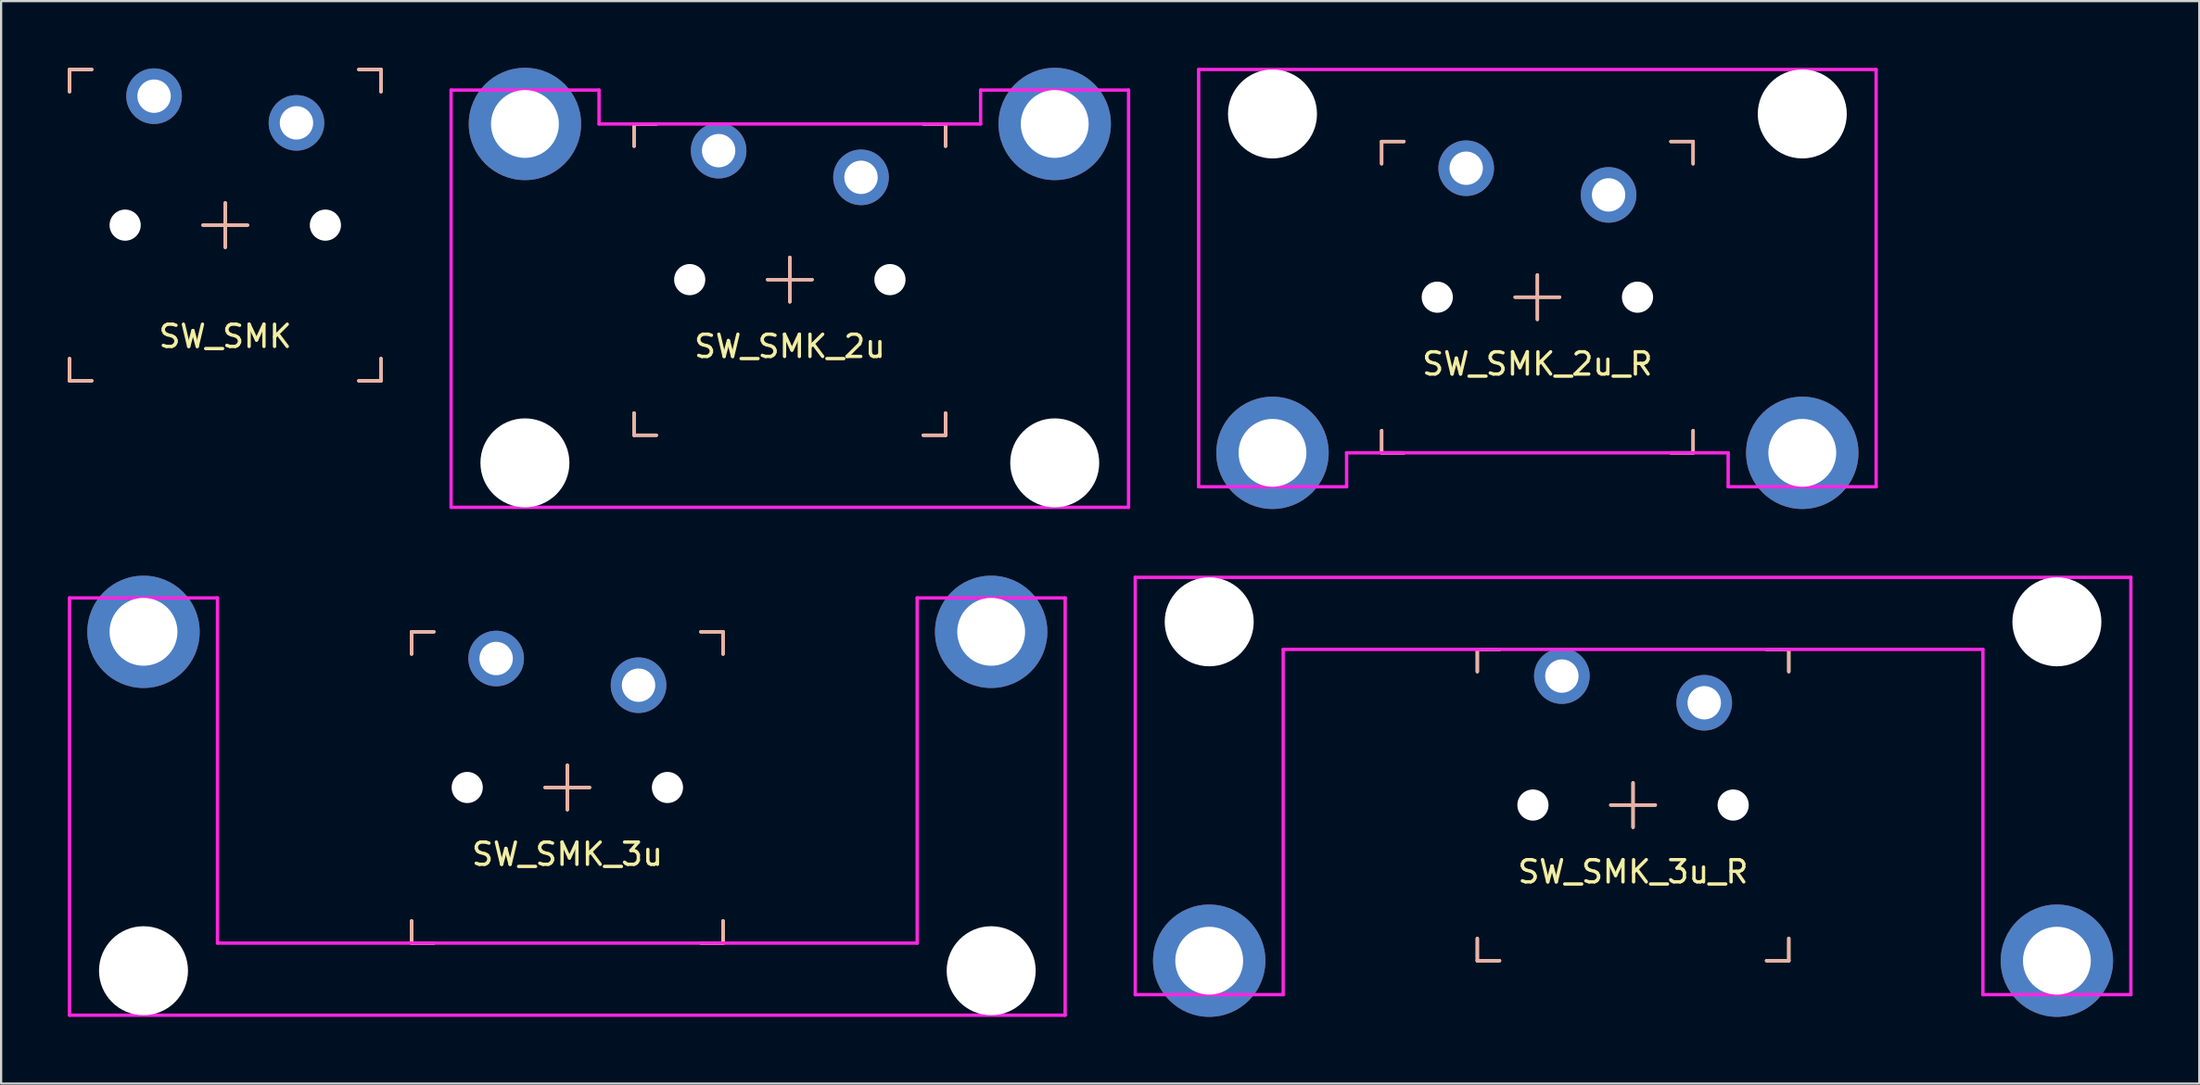
<source format=kicad_pcb>
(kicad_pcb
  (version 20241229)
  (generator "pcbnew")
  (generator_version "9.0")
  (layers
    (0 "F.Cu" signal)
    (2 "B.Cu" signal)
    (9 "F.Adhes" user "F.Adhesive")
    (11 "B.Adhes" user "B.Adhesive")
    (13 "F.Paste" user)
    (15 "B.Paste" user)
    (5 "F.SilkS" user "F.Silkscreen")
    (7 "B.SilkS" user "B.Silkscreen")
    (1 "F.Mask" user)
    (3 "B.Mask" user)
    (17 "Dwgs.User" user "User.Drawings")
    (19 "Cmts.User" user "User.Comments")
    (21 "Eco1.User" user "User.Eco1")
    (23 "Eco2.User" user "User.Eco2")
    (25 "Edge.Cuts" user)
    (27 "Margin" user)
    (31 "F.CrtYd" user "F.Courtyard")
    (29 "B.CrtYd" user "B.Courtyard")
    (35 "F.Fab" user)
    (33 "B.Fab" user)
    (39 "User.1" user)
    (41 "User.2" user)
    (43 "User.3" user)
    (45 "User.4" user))
  (footprint "SW_SMK"
    (layer "F.Cu")
    (at 7.075 7.075)
    (property "Reference" "SW_SMK" (at 0 5 0) (layer "F.SilkS") (effects (font (size 1 1) (thickness 0.15))))
    (attr through_hole)
    (fp_line (start -7 -7) (end -7 -6) (stroke (width 0.15) (type solid)) (layer "F.SilkS"))
    (fp_line (start -7 6) (end -7 7) (stroke (width 0.15) (type solid)) (layer "F.SilkS"))
    (fp_line (start -7 7) (end -6 7) (stroke (width 0.15) (type solid)) (layer "F.SilkS"))
    (fp_line (start -6 -7) (end -7 -7) (stroke (width 0.15) (type solid)) (layer "F.SilkS"))
    (fp_line (start -1 0) (end 1 0) (stroke (width 0.15) (type solid)) (layer "F.SilkS"))
    (fp_line (start 0 -1) (end 0 1) (stroke (width 0.15) (type solid)) (layer "F.SilkS"))
    (fp_line (start 6 7) (end 7 7) (stroke (width 0.15) (type solid)) (layer "F.SilkS"))
    (fp_line (start 7 -7) (end 6 -7) (stroke (width 0.15) (type solid)) (layer "F.SilkS"))
    (fp_line (start 7 -6) (end 7 -7) (stroke (width 0.15) (type solid)) (layer "F.SilkS"))
    (fp_line (start 7 7) (end 7 6) (stroke (width 0.15) (type solid)) (layer "F.SilkS"))
    (fp_line (start -7 -7) (end -7 -6) (stroke (width 0.15) (type solid)) (layer "B.SilkS"))
    (fp_line (start -7 6) (end -7 7) (stroke (width 0.15) (type solid)) (layer "B.SilkS"))
    (fp_line (start -7 7) (end -6 7) (stroke (width 0.15) (type solid)) (layer "B.SilkS"))
    (fp_line (start -6 -7) (end -7 -7) (stroke (width 0.15) (type solid)) (layer "B.SilkS"))
    (fp_line (start -1 0) (end 1 0) (stroke (width 0.15) (type solid)) (layer "B.SilkS"))
    (fp_line (start 0 1) (end 0 -1) (stroke (width 0.15) (type solid)) (layer "B.SilkS"))
    (fp_line (start 6 7) (end 7 7) (stroke (width 0.15) (type solid)) (layer "B.SilkS"))
    (fp_line (start 7 -7) (end 6 -7) (stroke (width 0.15) (type solid)) (layer "B.SilkS"))
    (fp_line (start 7 -6) (end 7 -7) (stroke (width 0.15) (type solid)) (layer "B.SilkS"))
    (fp_line (start 7 7) (end 7 6) (stroke (width 0.15) (type solid)) (layer "B.SilkS"))
    (pad "" np_thru_hole circle (at -4.5 0) (size 1.4 1.4) (drill 1.4) (layers "*.Cu" "*.Mask"))
    (pad "" np_thru_hole circle (at 4.5 0) (size 1.4 1.4) (drill 1.4) (layers "*.Cu" "*.Mask"))
    (pad "1" thru_hole circle (at -3.2 -5.8) (size 2.5 2.5) (drill 1.5) (layers "*.Cu" "*.Mask"))
    (pad "2" thru_hole circle (at 3.2 -4.6) (size 2.5 2.5) (drill 1.5) (layers "*.Cu" "*.Mask")))
  (footprint "SW_SMK_3u"
    (layer "F.Cu")
    (at 22.45 32.365)
    (property "Reference" "SW_SMK_3u" (at 0 3 180) (layer "F.SilkS") (effects (font (size 1 1) (thickness 0.15))))
    (attr through_hole)
    (fp_line (start -7 -7) (end -7 -6) (stroke (width 0.15) (type solid)) (layer "F.SilkS"))
    (fp_line (start -7 6) (end -7 7) (stroke (width 0.15) (type solid)) (layer "F.SilkS"))
    (fp_line (start -7 7) (end -6 7) (stroke (width 0.15) (type solid)) (layer "F.SilkS"))
    (fp_line (start -6 -7) (end -7 -7) (stroke (width 0.15) (type solid)) (layer "F.SilkS"))
    (fp_line (start -1 0) (end 1 0) (stroke (width 0.15) (type solid)) (layer "F.SilkS"))
    (fp_line (start 0 -1) (end 0 1) (stroke (width 0.15) (type solid)) (layer "F.SilkS"))
    (fp_line (start 6 7) (end 7 7) (stroke (width 0.15) (type solid)) (layer "F.SilkS"))
    (fp_line (start 7 -7) (end 6 -7) (stroke (width 0.15) (type solid)) (layer "F.SilkS"))
    (fp_line (start 7 -6) (end 7 -7) (stroke (width 0.15) (type solid)) (layer "F.SilkS"))
    (fp_line (start 7 7) (end 7 6) (stroke (width 0.15) (type solid)) (layer "F.SilkS"))
    (fp_line (start -7 -7) (end -7 -6) (stroke (width 0.15) (type solid)) (layer "B.SilkS"))
    (fp_line (start -7 6) (end -7 7) (stroke (width 0.15) (type solid)) (layer "B.SilkS"))
    (fp_line (start -7 7) (end -6 7) (stroke (width 0.15) (type solid)) (layer "B.SilkS"))
    (fp_line (start -6 -7) (end -7 -7) (stroke (width 0.15) (type solid)) (layer "B.SilkS"))
    (fp_line (start -1 0) (end 1 0) (stroke (width 0.15) (type solid)) (layer "B.SilkS"))
    (fp_line (start 0 1) (end 0 -1) (stroke (width 0.15) (type solid)) (layer "B.SilkS"))
    (fp_line (start 6 7) (end 7 7) (stroke (width 0.15) (type solid)) (layer "B.SilkS"))
    (fp_line (start 7 -7) (end 6 -7) (stroke (width 0.15) (type solid)) (layer "B.SilkS"))
    (fp_line (start 7 -6) (end 7 -7) (stroke (width 0.15) (type solid)) (layer "B.SilkS"))
    (fp_line (start 7 7) (end 7 6) (stroke (width 0.15) (type solid)) (layer "B.SilkS"))
    (fp_line (start -22.375 -8.525) (end -15.725 -8.525) (stroke (width 0.15) (type solid)) (layer "F.CrtYd"))
    (fp_line (start -22.375 10.24) (end -22.375 -8.525) (stroke (width 0.15) (type solid)) (layer "F.CrtYd"))
    (fp_line (start -22.375 10.24) (end 22.375 10.24) (stroke (width 0.15) (type solid)) (layer "F.CrtYd"))
    (fp_line (start -15.725 -8.525) (end -15.725 7) (stroke (width 0.15) (type solid)) (layer "F.CrtYd"))
    (fp_line (start 15.725 -8.525) (end 15.725 7) (stroke (width 0.15) (type solid)) (layer "F.CrtYd"))
    (fp_line (start 15.725 7) (end -15.725 7) (stroke (width 0.15) (type solid)) (layer "F.CrtYd"))
    (fp_line (start 22.375 -8.525) (end 15.725 -8.525) (stroke (width 0.15) (type solid)) (layer "F.CrtYd"))
    (fp_line (start 22.375 10.24) (end 22.375 -8.525) (stroke (width 0.15) (type solid)) (layer "F.CrtYd"))
    (pad "" np_thru_hole circle (at -19.05 -7 180) (size 3.05 3.05) (drill 3.05) (layers "*.Cu" "*.Mask"))
    (pad "" np_thru_hole circle (at -19.05 8.24 180) (size 4 4) (drill 4) (layers "*.Cu" "*.Mask"))
    (pad "" np_thru_hole circle (at -4.5 0) (size 1.4 1.4) (drill 1.4) (layers "*.Cu" "*.Mask"))
    (pad "" np_thru_hole circle (at 4.5 0) (size 1.4 1.4) (drill 1.4) (layers "*.Cu" "*.Mask"))
    (pad "" np_thru_hole circle (at 19.05 -7 180) (size 3.05 3.05) (drill 3.05) (layers "*.Cu" "*.Mask"))
    (pad "" np_thru_hole circle (at 19.05 8.24 180) (size 4 4) (drill 4) (layers "*.Cu" "*.Mask"))
    (pad "1" thru_hole circle (at -3.2 -5.8) (size 2.5 2.5) (drill 1.5) (layers "*.Cu" "*.Mask"))
    (pad "2" thru_hole circle (at 3.2 -4.6) (size 2.5 2.5) (drill 1.5) (layers "*.Cu" "*.Mask"))
    (pad "3" smd circle (at -19.05 -7 180) (size 5.05 5.05) (layers "F.Cu"))
    (pad "3" smd circle (at -19.05 -7 180) (size 5.05 5.05) (layers "B.Cu" "B.Mask"))
    (pad "3" smd circle (at 19.05 -7 180) (size 5.05 5.05) (layers "F.Cu"))
    (pad "3" smd circle (at 19.05 -7 180) (size 5.05 5.05) (layers "B.Cu" "B.Mask")))
  (footprint "SW_SMK_2u_R"
    (layer "F.Cu")
    (at 66.05 10.315)
    (property "Reference" "SW_SMK_2u_R" (at 0 3 0) (layer "F.SilkS") (effects (font (size 1 1) (thickness 0.15))))
    (attr through_hole)
    (fp_line (start -7 -7) (end -7 -6) (stroke (width 0.15) (type solid)) (layer "F.SilkS"))
    (fp_line (start -7 6) (end -7 7) (stroke (width 0.15) (type solid)) (layer "F.SilkS"))
    (fp_line (start -7 7) (end -6 7) (stroke (width 0.15) (type solid)) (layer "F.SilkS"))
    (fp_line (start -6 -7) (end -7 -7) (stroke (width 0.15) (type solid)) (layer "F.SilkS"))
    (fp_line (start -1 0) (end 1 0) (stroke (width 0.15) (type solid)) (layer "F.SilkS"))
    (fp_line (start 0 -1) (end 0 1) (stroke (width 0.15) (type solid)) (layer "F.SilkS"))
    (fp_line (start 6 7) (end 7 7) (stroke (width 0.15) (type solid)) (layer "F.SilkS"))
    (fp_line (start 7 -7) (end 6 -7) (stroke (width 0.15) (type solid)) (layer "F.SilkS"))
    (fp_line (start 7 -6) (end 7 -7) (stroke (width 0.15) (type solid)) (layer "F.SilkS"))
    (fp_line (start 7 7) (end 7 6) (stroke (width 0.15) (type solid)) (layer "F.SilkS"))
    (fp_line (start -7 -7) (end -7 -6) (stroke (width 0.15) (type solid)) (layer "B.SilkS"))
    (fp_line (start -7 6) (end -7 7) (stroke (width 0.15) (type solid)) (layer "B.SilkS"))
    (fp_line (start -7 7) (end -6 7) (stroke (width 0.15) (type solid)) (layer "B.SilkS"))
    (fp_line (start -6 -7) (end -7 -7) (stroke (width 0.15) (type solid)) (layer "B.SilkS"))
    (fp_line (start -1 0) (end 1 0) (stroke (width 0.15) (type solid)) (layer "B.SilkS"))
    (fp_line (start 0 1) (end 0 -1) (stroke (width 0.15) (type solid)) (layer "B.SilkS"))
    (fp_line (start 6 7) (end 7 7) (stroke (width 0.15) (type solid)) (layer "B.SilkS"))
    (fp_line (start 7 -7) (end 6 -7) (stroke (width 0.15) (type solid)) (layer "B.SilkS"))
    (fp_line (start 7 -6) (end 7 -7) (stroke (width 0.15) (type solid)) (layer "B.SilkS"))
    (fp_line (start 7 7) (end 7 6) (stroke (width 0.15) (type solid)) (layer "B.SilkS"))
    (fp_line (start -15.225 -10.24) (end -15.225 8.525) (stroke (width 0.15) (type solid)) (layer "F.CrtYd"))
    (fp_line (start -15.225 8.525) (end -8.575 8.525) (stroke (width 0.15) (type solid)) (layer "F.CrtYd"))
    (fp_line (start -8.575 7) (end 8.575 7) (stroke (width 0.15) (type solid)) (layer "F.CrtYd"))
    (fp_line (start -8.575 8.525) (end -8.575 7) (stroke (width 0.15) (type solid)) (layer "F.CrtYd"))
    (fp_line (start 8.575 8.525) (end 8.575 7) (stroke (width 0.15) (type solid)) (layer "F.CrtYd"))
    (fp_line (start 15.225 -10.24) (end -15.225 -10.24) (stroke (width 0.15) (type solid)) (layer "F.CrtYd"))
    (fp_line (start 15.225 -10.24) (end 15.225 8.525) (stroke (width 0.15) (type solid)) (layer "F.CrtYd"))
    (fp_line (start 15.225 8.525) (end 8.575 8.525) (stroke (width 0.15) (type solid)) (layer "F.CrtYd"))
    (pad "" np_thru_hole circle (at -11.906 -8.24) (size 4 4) (drill 4) (layers "*.Cu" "*.Mask"))
    (pad "" np_thru_hole circle (at -11.906 7) (size 3.05 3.05) (drill 3.05) (layers "*.Cu" "*.Mask"))
    (pad "" np_thru_hole circle (at -4.5 0) (size 1.4 1.4) (drill 1.4) (layers "*.Cu" "*.Mask"))
    (pad "" np_thru_hole circle (at 4.5 0) (size 1.4 1.4) (drill 1.4) (layers "*.Cu" "*.Mask"))
    (pad "" np_thru_hole circle (at 11.906 -8.24) (size 4 4) (drill 4) (layers "*.Cu" "*.Mask"))
    (pad "" np_thru_hole circle (at 11.906 7) (size 3.05 3.05) (drill 3.05) (layers "*.Cu" "*.Mask"))
    (pad "1" thru_hole circle (at -3.2 -5.8) (size 2.5 2.5) (drill 1.5) (layers "*.Cu" "*.Mask"))
    (pad "2" thru_hole circle (at 3.2 -4.6) (size 2.5 2.5) (drill 1.5) (layers "*.Cu" "*.Mask"))
    (pad "3" smd circle (at -11.906 7) (size 5.05 5.05) (layers "F.Cu"))
    (pad "3" smd circle (at -11.906 7) (size 5.05 5.05) (layers "B.Cu" "B.Mask"))
    (pad "3" smd circle (at 11.906 7) (size 5.05 5.05) (layers "F.Cu"))
    (pad "3" smd circle (at 11.906 7) (size 5.05 5.05) (layers "B.Cu" "B.Mask")))
  (footprint "SW_SMK_3u_R"
    (layer "F.Cu")
    (at 70.35 33.155)
    (property "Reference" "SW_SMK_3u_R" (at 0 3 180) (layer "F.SilkS") (effects (font (size 1 1) (thickness 0.15))))
    (attr through_hole)
    (fp_line (start -7 -7) (end -7 -6) (stroke (width 0.15) (type solid)) (layer "F.SilkS"))
    (fp_line (start -7 6) (end -7 7) (stroke (width 0.15) (type solid)) (layer "F.SilkS"))
    (fp_line (start -7 7) (end -6 7) (stroke (width 0.15) (type solid)) (layer "F.SilkS"))
    (fp_line (start -6 -7) (end -7 -7) (stroke (width 0.15) (type solid)) (layer "F.SilkS"))
    (fp_line (start -1 0) (end 1 0) (stroke (width 0.15) (type solid)) (layer "F.SilkS"))
    (fp_line (start 0 -1) (end 0 1) (stroke (width 0.15) (type solid)) (layer "F.SilkS"))
    (fp_line (start 6 7) (end 7 7) (stroke (width 0.15) (type solid)) (layer "F.SilkS"))
    (fp_line (start 7 -7) (end 6 -7) (stroke (width 0.15) (type solid)) (layer "F.SilkS"))
    (fp_line (start 7 -6) (end 7 -7) (stroke (width 0.15) (type solid)) (layer "F.SilkS"))
    (fp_line (start 7 7) (end 7 6) (stroke (width 0.15) (type solid)) (layer "F.SilkS"))
    (fp_line (start -7 -7) (end -7 -6) (stroke (width 0.15) (type solid)) (layer "B.SilkS"))
    (fp_line (start -7 6) (end -7 7) (stroke (width 0.15) (type solid)) (layer "B.SilkS"))
    (fp_line (start -7 7) (end -6 7) (stroke (width 0.15) (type solid)) (layer "B.SilkS"))
    (fp_line (start -6 -7) (end -7 -7) (stroke (width 0.15) (type solid)) (layer "B.SilkS"))
    (fp_line (start -1 0) (end 1 0) (stroke (width 0.15) (type solid)) (layer "B.SilkS"))
    (fp_line (start 0 1) (end 0 -1) (stroke (width 0.15) (type solid)) (layer "B.SilkS"))
    (fp_line (start 6 7) (end 7 7) (stroke (width 0.15) (type solid)) (layer "B.SilkS"))
    (fp_line (start 7 -7) (end 6 -7) (stroke (width 0.15) (type solid)) (layer "B.SilkS"))
    (fp_line (start 7 -6) (end 7 -7) (stroke (width 0.15) (type solid)) (layer "B.SilkS"))
    (fp_line (start 7 7) (end 7 6) (stroke (width 0.15) (type solid)) (layer "B.SilkS"))
    (fp_line (start -22.375 -10.24) (end -22.375 8.525) (stroke (width 0.15) (type solid)) (layer "F.CrtYd"))
    (fp_line (start -22.375 8.525) (end -15.725 8.525) (stroke (width 0.15) (type solid)) (layer "F.CrtYd"))
    (fp_line (start -15.725 -7) (end 15.725 -7) (stroke (width 0.15) (type solid)) (layer "F.CrtYd"))
    (fp_line (start -15.725 8.525) (end -15.725 -7) (stroke (width 0.15) (type solid)) (layer "F.CrtYd"))
    (fp_line (start 15.725 8.525) (end 15.725 -7) (stroke (width 0.15) (type solid)) (layer "F.CrtYd"))
    (fp_line (start 22.375 -10.24) (end -22.375 -10.24) (stroke (width 0.15) (type solid)) (layer "F.CrtYd"))
    (fp_line (start 22.375 -10.24) (end 22.375 8.525) (stroke (width 0.15) (type solid)) (layer "F.CrtYd"))
    (fp_line (start 22.375 8.525) (end 15.725 8.525) (stroke (width 0.15) (type solid)) (layer "F.CrtYd"))
    (pad "" np_thru_hole circle (at -19.05 -8.24) (size 4 4) (drill 4) (layers "*.Cu" "*.Mask"))
    (pad "" np_thru_hole circle (at -19.05 7) (size 3.05 3.05) (drill 3.05) (layers "*.Cu" "*.Mask"))
    (pad "" np_thru_hole circle (at -4.5 0) (size 1.4 1.4) (drill 1.4) (layers "*.Cu" "*.Mask"))
    (pad "" np_thru_hole circle (at 4.5 0) (size 1.4 1.4) (drill 1.4) (layers "*.Cu" "*.Mask"))
    (pad "" np_thru_hole circle (at 19.05 -8.24) (size 4 4) (drill 4) (layers "*.Cu" "*.Mask"))
    (pad "" np_thru_hole circle (at 19.05 7) (size 3.05 3.05) (drill 3.05) (layers "*.Cu" "*.Mask"))
    (pad "1" thru_hole circle (at -3.2 -5.8) (size 2.5 2.5) (drill 1.5) (layers "*.Cu" "*.Mask"))
    (pad "2" thru_hole circle (at 3.2 -4.6) (size 2.5 2.5) (drill 1.5) (layers "*.Cu" "*.Mask"))
    (pad "3" smd circle (at -19.05 7) (size 5.05 5.05) (layers "F.Cu"))
    (pad "3" smd circle (at -19.05 7) (size 5.05 5.05) (layers "B.Cu" "B.Mask"))
    (pad "3" smd circle (at 19.05 7) (size 5.05 5.05) (layers "F.Cu"))
    (pad "3" smd circle (at 19.05 7) (size 5.05 5.05) (layers "B.Cu" "B.Mask")))
  (footprint "SW_SMK_2u"
    (layer "F.Cu")
    (at 32.45 9.525)
    (property "Reference" "SW_SMK_2u" (at 0 3 0) (layer "F.SilkS") (effects (font (size 1 1) (thickness 0.15))))
    (attr through_hole)
    (fp_line (start -7 -7) (end -7 -6) (stroke (width 0.15) (type solid)) (layer "F.SilkS"))
    (fp_line (start -7 6) (end -7 7) (stroke (width 0.15) (type solid)) (layer "F.SilkS"))
    (fp_line (start -7 7) (end -6 7) (stroke (width 0.15) (type solid)) (layer "F.SilkS"))
    (fp_line (start -6 -7) (end -7 -7) (stroke (width 0.15) (type solid)) (layer "F.SilkS"))
    (fp_line (start -1 0) (end 1 0) (stroke (width 0.15) (type solid)) (layer "F.SilkS"))
    (fp_line (start 0 -1) (end 0 1) (stroke (width 0.15) (type solid)) (layer "F.SilkS"))
    (fp_line (start 6 7) (end 7 7) (stroke (width 0.15) (type solid)) (layer "F.SilkS"))
    (fp_line (start 7 -7) (end 6 -7) (stroke (width 0.15) (type solid)) (layer "F.SilkS"))
    (fp_line (start 7 -6) (end 7 -7) (stroke (width 0.15) (type solid)) (layer "F.SilkS"))
    (fp_line (start 7 7) (end 7 6) (stroke (width 0.15) (type solid)) (layer "F.SilkS"))
    (fp_line (start -7 -7) (end -7 -6) (stroke (width 0.15) (type solid)) (layer "B.SilkS"))
    (fp_line (start -7 6) (end -7 7) (stroke (width 0.15) (type solid)) (layer "B.SilkS"))
    (fp_line (start -7 7) (end -6 7) (stroke (width 0.15) (type solid)) (layer "B.SilkS"))
    (fp_line (start -6 -7) (end -7 -7) (stroke (width 0.15) (type solid)) (layer "B.SilkS"))
    (fp_line (start -1 0) (end 1 0) (stroke (width 0.15) (type solid)) (layer "B.SilkS"))
    (fp_line (start 0 1) (end 0 -1) (stroke (width 0.15) (type solid)) (layer "B.SilkS"))
    (fp_line (start 6 7) (end 7 7) (stroke (width 0.15) (type solid)) (layer "B.SilkS"))
    (fp_line (start 7 -7) (end 6 -7) (stroke (width 0.15) (type solid)) (layer "B.SilkS"))
    (fp_line (start 7 -6) (end 7 -7) (stroke (width 0.15) (type solid)) (layer "B.SilkS"))
    (fp_line (start 7 7) (end 7 6) (stroke (width 0.15) (type solid)) (layer "B.SilkS"))
    (fp_line (start -15.225 -8.525) (end -8.575 -8.525) (stroke (width 0.15) (type solid)) (layer "F.CrtYd"))
    (fp_line (start -15.225 10.24) (end -15.225 -8.525) (stroke (width 0.15) (type solid)) (layer "F.CrtYd"))
    (fp_line (start -15.225 10.24) (end 15.225 10.24) (stroke (width 0.15) (type solid)) (layer "F.CrtYd"))
    (fp_line (start -8.575 -8.525) (end -8.575 -7) (stroke (width 0.15) (type solid)) (layer "F.CrtYd"))
    (fp_line (start 8.575 -8.525) (end 8.575 -7) (stroke (width 0.15) (type solid)) (layer "F.CrtYd"))
    (fp_line (start 8.575 -7) (end -8.575 -7) (stroke (width 0.15) (type solid)) (layer "F.CrtYd"))
    (fp_line (start 15.225 -8.525) (end 8.575 -8.525) (stroke (width 0.15) (type solid)) (layer "F.CrtYd"))
    (fp_line (start 15.225 10.24) (end 15.225 -8.525) (stroke (width 0.15) (type solid)) (layer "F.CrtYd"))
    (pad "" np_thru_hole circle (at -11.906 -7 180) (size 3.05 3.05) (drill 3.05) (layers "*.Cu" "*.Mask"))
    (pad "" np_thru_hole circle (at -11.906 8.24 180) (size 4 4) (drill 4) (layers "*.Cu" "*.Mask"))
    (pad "" np_thru_hole circle (at -4.5 0) (size 1.4 1.4) (drill 1.4) (layers "*.Cu" "*.Mask"))
    (pad "" np_thru_hole circle (at 4.5 0) (size 1.4 1.4) (drill 1.4) (layers "*.Cu" "*.Mask"))
    (pad "" np_thru_hole circle (at 11.906 -7 180) (size 3.05 3.05) (drill 3.05) (layers "*.Cu" "*.Mask"))
    (pad "" np_thru_hole circle (at 11.906 8.24 180) (size 4 4) (drill 4) (layers "*.Cu" "*.Mask"))
    (pad "1" thru_hole circle (at -3.2 -5.8) (size 2.5 2.5) (drill 1.5) (layers "*.Cu" "*.Mask"))
    (pad "2" thru_hole circle (at 3.2 -4.6) (size 2.5 2.5) (drill 1.5) (layers "*.Cu" "*.Mask"))
    (pad "3" smd circle (at -11.906 -7 270) (size 5.05 5.05) (layers "F.Cu"))
    (pad "3" smd circle (at -11.906 -7 180) (size 5.05 5.05) (layers "B.Cu" "B.Mask"))
    (pad "3" smd circle (at 11.906 -7 180) (size 5.05 5.05) (layers "F.Cu"))
    (pad "3" smd circle (at 11.906 -7 180) (size 5.05 5.05) (layers "B.Cu" "B.Mask")))
  (gr_rect
    (start -3 -3)
    (end 95.8 45.68)
    (stroke (width 0.1) (type default))
    (fill no)
    (layer "Edge.Cuts")))
</source>
